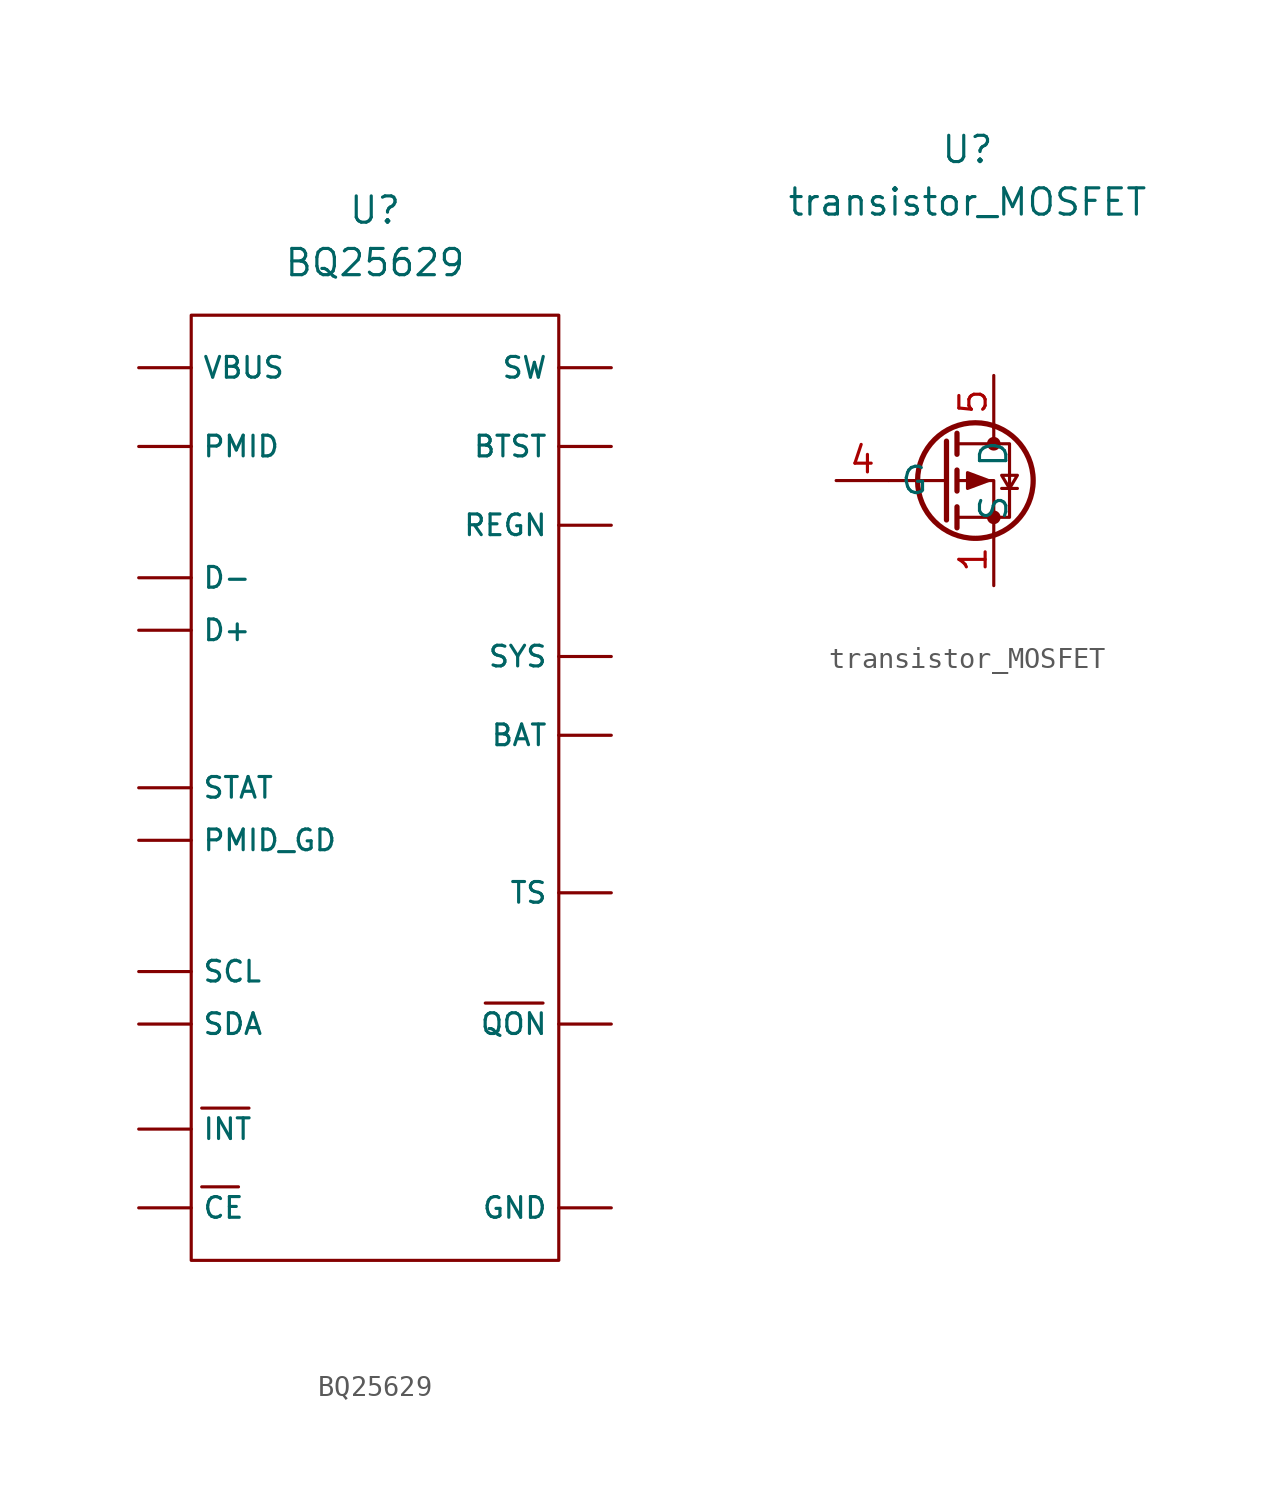
<source format=kicad_sym>
(kicad_symbol_lib
  (version 20211014)
  (generator kicad_symbol_editor)
  (symbol "BQ25629"
    (property "Reference" "U"
      (at 0 2.54 0)
      (effects (font (size 1.27 1.27))))
    (property "Value" "BQ25629"
      (at 0 0 0)
      (effects (font (size 1.27 1.27))))
    (symbol "BQ25629_0_1"
      (rectangle (start -8.89 -2.54) (end 8.89 -48.26) (stroke (width 0) (type default) (color 0 0 0 0)) (fill (type none)))
      (polyline (pts (xy -8.382 -44.704) (xy -6.604 -44.704)) (stroke (width 0) (type default) (color 0 0 0 0)) (fill (type none)))
      (polyline (pts (xy -8.382 -40.894) (xy -6.096 -40.894)) (stroke (width 0) (type default) (color 0 0 0 0)) (fill (type none)))
      (polyline (pts (xy 5.334 -35.814) (xy 8.128 -35.814)) (stroke (width 0) (type default) (color 0 0 0 0)) (fill (type none))))
    (symbol "BQ25629_1_1"
      (pin input line (at 11.43 -22.86 180) (length 2.54) (name "BAT" (effects (font (size 1 1)))) (number "" (effects (font (size 1 1)))))
      (pin input line (at 11.43 -8.89 180) (length 2.54) (name "BTST" (effects (font (size 1 1)))) (number "" (effects (font (size 1 1)))))
      (pin input line (at -11.43 -45.72 0) (length 2.54) (name "CE" (effects (font (size 1 1)))) (number "" (effects (font (size 1 1)))))
      (pin bidirectional line (at -11.43 -17.78 0) (length 2.54) (name "D+" (effects (font (size 1 1)))) (number "" (effects (font (size 1 1)))))
      (pin bidirectional line (at -11.43 -15.24 0) (length 2.54) (name "D-" (effects (font (size 1 1)))) (number "" (effects (font (size 1 1)))))
      (pin input line (at 11.43 -45.72 180) (length 2.54) (name "GND" (effects (font (size 1 1)))) (number "" (effects (font (size 1 1)))))
      (pin input line (at -11.43 -41.91 0) (length 2.54) (name "INT" (effects (font (size 1 1)))) (number "" (effects (font (size 1 1)))))
      (pin input line (at -11.43 -8.89 0) (length 2.54) (name "PMID" (effects (font (size 1 1)))) (number "" (effects (font (size 1 1)))))
      (pin input line (at -11.43 -27.94 0) (length 2.54) (name "PMID_GD" (effects (font (size 1 1)))) (number "" (effects (font (size 1 1)))))
      (pin input line (at 11.43 -36.83 180) (length 2.54) (name "QON" (effects (font (size 1 1)))) (number "" (effects (font (size 1 1)))))
      (pin input line (at 11.43 -12.7 180) (length 2.54) (name "REGN" (effects (font (size 1 1)))) (number "" (effects (font (size 1 1)))))
      (pin input line (at -11.43 -34.29 0) (length 2.54) (name "SCL" (effects (font (size 1 1)))) (number "" (effects (font (size 1 1)))))
      (pin input line (at -11.43 -36.83 0) (length 2.54) (name "SDA" (effects (font (size 1 1)))) (number "" (effects (font (size 1 1)))))
      (pin input line (at -11.43 -25.4 0) (length 2.54) (name "STAT" (effects (font (size 1 1)))) (number "" (effects (font (size 1 1)))))
      (pin input line (at 11.43 -5.08 180) (length 2.54) (name "SW" (effects (font (size 1 1)))) (number "" (effects (font (size 1 1)))))
      (pin input line (at 11.43 -19.05 180) (length 2.54) (name "SYS" (effects (font (size 1 1)))) (number "" (effects (font (size 1 1)))))
      (pin input line (at 11.43 -30.48 180) (length 2.54) (name "TS" (effects (font (size 1 1)))) (number "" (effects (font (size 1 1)))))
      (pin input line (at -11.43 -5.08 0) (length 2.54) (name "VBUS" (effects (font (size 1 1)))) (number "" (effects (font (size 1 1)))))))
  (symbol "transistor_MOSFET"
    (property "Reference" "U"
      (at 0 6.35 0)
      (effects (font (size 1.27 1.27))))
    (property "Value" "transistor_MOSFET"
      (at 0 3.81 0)
      (effects (font (size 1.27 1.27))))
    (symbol "transistor_MOSFET_0_1"
      (polyline (pts (xy -1.016 -9.652) (xy -3.81 -9.652)) (stroke (width 0) (type default) (color 0 0 0 0)) (fill (type none)))
      (polyline (pts (xy -1.016 -7.747) (xy -1.016 -11.557)) (stroke (width 0.254) (type default) (color 0 0 0 0)) (fill (type none)))
      (polyline (pts (xy -0.508 -10.922) (xy -0.508 -11.938)) (stroke (width 0.254) (type default) (color 0 0 0 0)) (fill (type none)))
      (polyline (pts (xy -0.508 -9.144) (xy -0.508 -10.16)) (stroke (width 0.254) (type default) (color 0 0 0 0)) (fill (type none)))
      (polyline (pts (xy -0.508 -7.366) (xy -0.508 -8.382)) (stroke (width 0.254) (type default) (color 0 0 0 0)) (fill (type none)))
      (polyline (pts (xy 1.27 -7.112) (xy 1.27 -7.874)) (stroke (width 0) (type default) (color 0 0 0 0)) (fill (type none)))
      (polyline (pts (xy 1.651 -10.033) (xy 2.413 -10.033)) (stroke (width 0) (type default) (color 0 0 0 0)) (fill (type none)))
      (polyline (pts (xy 1.27 -12.192) (xy 1.27 -9.652) (xy -0.508 -9.652)) (stroke (width 0) (type default) (color 0 0 0 0)) (fill (type none)))
      (polyline (pts (xy -0.508 -7.874) (xy 2.032 -7.874) (xy 2.032 -11.43) (xy -0.508 -11.43)) (stroke (width 0) (type default) (color 0 0 0 0)) (fill (type none)))
      (polyline (pts (xy 1.016 -9.652) (xy 0 -9.271) (xy 0 -10.033) (xy 1.016 -9.652)) (stroke (width 0) (type default) (color 0 0 0 0)) (fill (type outline)))
      (polyline (pts (xy 2.032 -10.033) (xy 1.651 -9.398) (xy 2.413 -9.398) (xy 2.032 -10.033)) (stroke (width 0) (type default) (color 0 0 0 0)) (fill (type none)))
      (circle (center 0.381 -9.652) (radius 2.794) (stroke (width 0.254) (type default) (color 0 0 0 0)) (fill (type none)))
      (circle (center 1.27 -11.43) (radius 0.254) (stroke (width 0) (type default) (color 0 0 0 0)) (fill (type outline)))
      (circle (center 1.27 -7.874) (radius 0.254) (stroke (width 0) (type default) (color 0 0 0 0)) (fill (type outline))))
    (symbol "transistor_MOSFET_1_1"
      (pin passive line (at 1.27 -14.732 90) (length 2.54) (name "S" (effects (font (size 1.27 1.27)))) (number "1" (effects (font (size 1.27 1.27)))))
      (pin passive line (at 1.27 -14.732 90) (length 2.54) hide (name "S" (effects (font (size 1.27 1.27)))) (number "2" (effects (font (size 1.27 1.27)))))
      (pin passive line (at 1.27 -14.732 90) (length 2.54) hide (name "S" (effects (font (size 1.27 1.27)))) (number "3" (effects (font (size 1.27 1.27)))))
      (pin input line (at -6.35 -9.652 0) (length 2.54) (name "G" (effects (font (size 1.27 1.27)))) (number "4" (effects (font (size 1.27 1.27)))))
      (pin passive line (at 1.27 -4.572 270) (length 2.54) (name "D" (effects (font (size 1.27 1.27)))) (number "5" (effects (font (size 1.27 1.27))))))))
</source>
